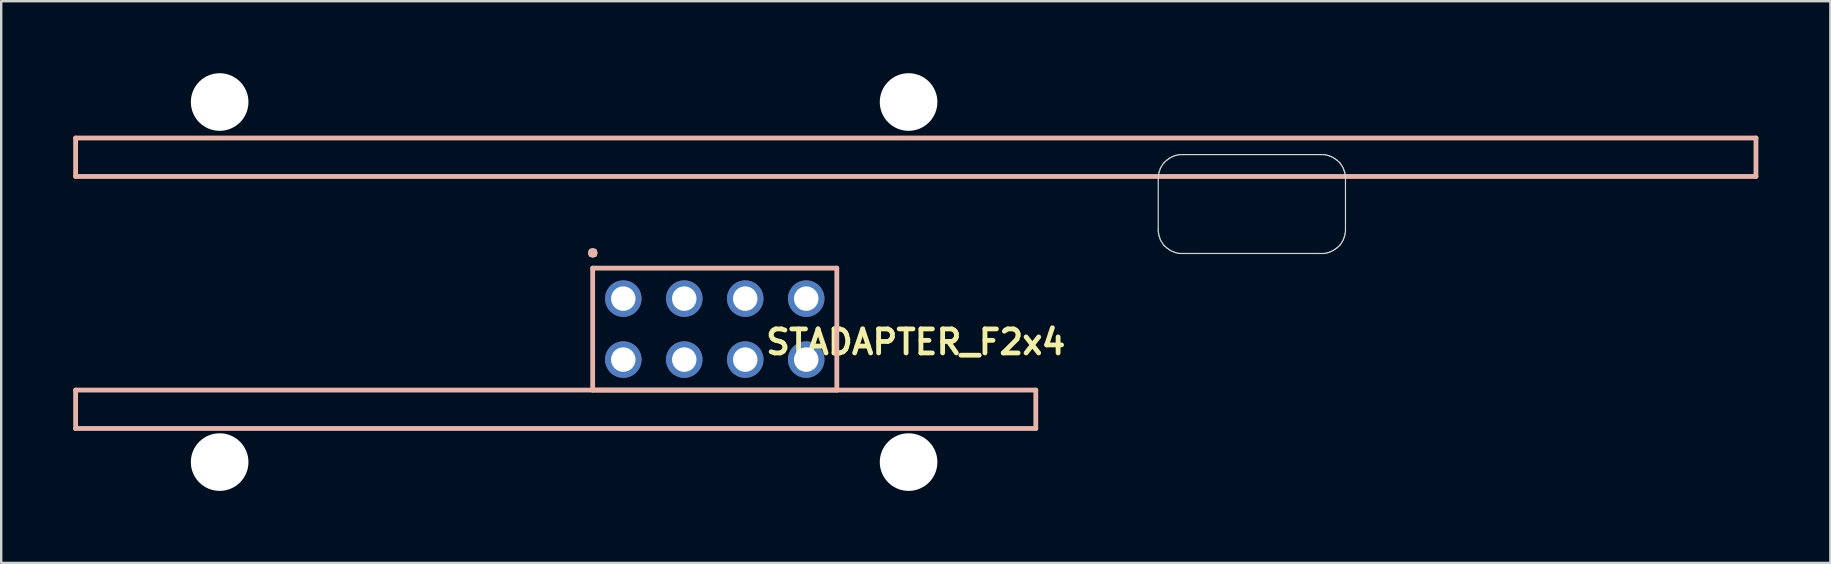
<source format=kicad_pcb>
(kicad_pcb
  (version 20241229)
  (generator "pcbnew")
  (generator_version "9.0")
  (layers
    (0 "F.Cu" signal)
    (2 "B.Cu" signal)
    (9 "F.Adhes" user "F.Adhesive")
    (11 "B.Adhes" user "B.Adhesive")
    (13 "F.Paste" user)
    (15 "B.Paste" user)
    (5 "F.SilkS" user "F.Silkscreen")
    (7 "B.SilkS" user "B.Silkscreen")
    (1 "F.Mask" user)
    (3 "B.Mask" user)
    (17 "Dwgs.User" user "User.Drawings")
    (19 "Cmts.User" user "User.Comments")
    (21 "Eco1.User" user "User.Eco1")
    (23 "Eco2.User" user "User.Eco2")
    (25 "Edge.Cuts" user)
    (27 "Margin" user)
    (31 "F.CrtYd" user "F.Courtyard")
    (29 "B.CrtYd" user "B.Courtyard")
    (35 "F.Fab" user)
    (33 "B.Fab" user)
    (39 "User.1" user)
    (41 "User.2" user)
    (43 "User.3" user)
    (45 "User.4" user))
  (footprint "STADAPTER_F2x4"
    (layer "F.Cu")
    (at 35.1 13.2)
    (property "Reference" "STADAPTER_F2x4" (at 0 -2 0) (layer "F.SilkS") (effects (font (size 1 1) (thickness 0.2))))
    (attr through_hole)
    (fp_line (start -35 -10.5) (end -35 -8.9) (stroke (width 0.2) (type solid)) (layer "B.SilkS"))
    (fp_line (start -35 -8.9) (end 35 -8.9) (stroke (width 0.2) (type solid)) (layer "B.SilkS"))
    (fp_line (start -35 0) (end -35 1.6) (stroke (width 0.2) (type solid)) (layer "B.SilkS"))
    (fp_line (start -35 1.6) (end 5 1.6) (stroke (width 0.2) (type solid)) (layer "B.SilkS"))
    (fp_line (start -13.55 -5.71) (end -13.53 -5.64) (stroke (width 0.2) (type solid)) (layer "B.SilkS"))
    (fp_line (start -13.53 -5.79) (end -13.55 -5.71) (stroke (width 0.2) (type solid)) (layer "B.SilkS"))
    (fp_line (start -13.53 -5.64) (end -13.46 -5.62) (stroke (width 0.2) (type solid)) (layer "B.SilkS"))
    (fp_line (start -13.46 -5.81) (end -13.53 -5.79) (stroke (width 0.2) (type solid)) (layer "B.SilkS"))
    (fp_line (start -13.46 -5.62) (end -13.38 -5.64) (stroke (width 0.2) (type solid)) (layer "B.SilkS"))
    (fp_line (start -13.46 -5.08) (end -13.46 0) (stroke (width 0.2) (type solid)) (layer "B.SilkS"))
    (fp_line (start -13.46 0) (end -3.29 0) (stroke (width 0.2) (type solid)) (layer "B.SilkS"))
    (fp_line (start -13.38 -5.79) (end -13.46 -5.81) (stroke (width 0.2) (type solid)) (layer "B.SilkS"))
    (fp_line (start -13.38 -5.64) (end -13.36 -5.71) (stroke (width 0.2) (type solid)) (layer "B.SilkS"))
    (fp_line (start -13.36 -5.71) (end -13.38 -5.79) (stroke (width 0.2) (type solid)) (layer "B.SilkS"))
    (fp_line (start -3.29 -5.08) (end -13.46 -5.08) (stroke (width 0.2) (type solid)) (layer "B.SilkS"))
    (fp_line (start -3.29 0) (end -3.29 -5.08) (stroke (width 0.2) (type solid)) (layer "B.SilkS"))
    (fp_line (start 5 0) (end -35 0) (stroke (width 0.2) (type solid)) (layer "B.SilkS"))
    (fp_line (start 5 1.6) (end 5 0) (stroke (width 0.2) (type solid)) (layer "B.SilkS"))
    (fp_line (start 35 -10.5) (end -35 -10.5) (stroke (width 0.2) (type solid)) (layer "B.SilkS"))
    (fp_line (start 35 -8.9) (end 35 -10.5) (stroke (width 0.2) (type solid)) (layer "B.SilkS"))
    (fp_line (start 10.1 -8.9) (end 10.1 -8.81) (stroke (width 0.05) (type solid)) (layer "Edge.Cuts"))
    (fp_line (start 10.1 -8.81) (end 10.1 -6.69) (stroke (width 0.05) (type solid)) (layer "Edge.Cuts"))
    (fp_line (start 10.1 -6.69) (end 10.1 -6.6) (stroke (width 0.05) (type solid)) (layer "Edge.Cuts"))
    (fp_line (start 10.1 -6.6) (end 10.12 -6.51) (stroke (width 0.05) (type solid)) (layer "Edge.Cuts"))
    (fp_line (start 10.12 -8.99) (end 10.1 -8.9) (stroke (width 0.05) (type solid)) (layer "Edge.Cuts"))
    (fp_line (start 10.12 -6.51) (end 10.13 -6.43) (stroke (width 0.05) (type solid)) (layer "Edge.Cuts"))
    (fp_line (start 10.13 -9.07) (end 10.12 -8.99) (stroke (width 0.05) (type solid)) (layer "Edge.Cuts"))
    (fp_line (start 10.13 -6.43) (end 10.16 -6.35) (stroke (width 0.05) (type solid)) (layer "Edge.Cuts"))
    (fp_line (start 10.16 -9.15) (end 10.13 -9.07) (stroke (width 0.05) (type solid)) (layer "Edge.Cuts"))
    (fp_line (start 10.16 -6.35) (end 10.19 -6.26) (stroke (width 0.05) (type solid)) (layer "Edge.Cuts"))
    (fp_line (start 10.19 -9.24) (end 10.16 -9.15) (stroke (width 0.05) (type solid)) (layer "Edge.Cuts"))
    (fp_line (start 10.19 -6.26) (end 10.23 -6.19) (stroke (width 0.05) (type solid)) (layer "Edge.Cuts"))
    (fp_line (start 10.23 -9.31) (end 10.19 -9.24) (stroke (width 0.05) (type solid)) (layer "Edge.Cuts"))
    (fp_line (start 10.23 -6.19) (end 10.28 -6.11) (stroke (width 0.05) (type solid)) (layer "Edge.Cuts"))
    (fp_line (start 10.28 -9.39) (end 10.23 -9.31) (stroke (width 0.05) (type solid)) (layer "Edge.Cuts"))
    (fp_line (start 10.28 -6.11) (end 10.33 -6.04) (stroke (width 0.05) (type solid)) (layer "Edge.Cuts"))
    (fp_line (start 10.33 -9.46) (end 10.28 -9.39) (stroke (width 0.05) (type solid)) (layer "Edge.Cuts"))
    (fp_line (start 10.33 -6.04) (end 10.39 -5.98) (stroke (width 0.05) (type solid)) (layer "Edge.Cuts"))
    (fp_line (start 10.39 -9.52) (end 10.33 -9.46) (stroke (width 0.05) (type solid)) (layer "Edge.Cuts"))
    (fp_line (start 10.39 -5.98) (end 10.46 -5.92) (stroke (width 0.05) (type solid)) (layer "Edge.Cuts"))
    (fp_line (start 10.46 -9.58) (end 10.39 -9.52) (stroke (width 0.05) (type solid)) (layer "Edge.Cuts"))
    (fp_line (start 10.46 -5.92) (end 10.53 -5.87) (stroke (width 0.05) (type solid)) (layer "Edge.Cuts"))
    (fp_line (start 10.53 -9.63) (end 10.46 -9.58) (stroke (width 0.05) (type solid)) (layer "Edge.Cuts"))
    (fp_line (start 10.53 -5.87) (end 10.6 -5.82) (stroke (width 0.05) (type solid)) (layer "Edge.Cuts"))
    (fp_line (start 10.6 -9.68) (end 10.53 -9.63) (stroke (width 0.05) (type solid)) (layer "Edge.Cuts"))
    (fp_line (start 10.6 -5.82) (end 10.68 -5.78) (stroke (width 0.05) (type solid)) (layer "Edge.Cuts"))
    (fp_line (start 10.68 -9.72) (end 10.6 -9.68) (stroke (width 0.05) (type solid)) (layer "Edge.Cuts"))
    (fp_line (start 10.68 -5.78) (end 10.76 -5.75) (stroke (width 0.05) (type solid)) (layer "Edge.Cuts"))
    (fp_line (start 10.76 -9.75) (end 10.68 -9.72) (stroke (width 0.05) (type solid)) (layer "Edge.Cuts"))
    (fp_line (start 10.76 -5.75) (end 10.84 -5.72) (stroke (width 0.05) (type solid)) (layer "Edge.Cuts"))
    (fp_line (start 10.84 -9.78) (end 10.76 -9.75) (stroke (width 0.05) (type solid)) (layer "Edge.Cuts"))
    (fp_line (start 10.84 -5.72) (end 10.93 -5.7) (stroke (width 0.05) (type solid)) (layer "Edge.Cuts"))
    (fp_line (start 10.93 -9.8) (end 10.84 -9.78) (stroke (width 0.05) (type solid)) (layer "Edge.Cuts"))
    (fp_line (start 10.93 -5.7) (end 11.01 -5.69) (stroke (width 0.05) (type solid)) (layer "Edge.Cuts"))
    (fp_line (start 11.01 -9.81) (end 10.93 -9.8) (stroke (width 0.05) (type solid)) (layer "Edge.Cuts"))
    (fp_line (start 11.01 -5.69) (end 11.1 -5.69) (stroke (width 0.05) (type solid)) (layer "Edge.Cuts"))
    (fp_line (start 11.1 -9.81) (end 11.01 -9.81) (stroke (width 0.05) (type solid)) (layer "Edge.Cuts"))
    (fp_line (start 11.1 -5.69) (end 16.9 -5.69) (stroke (width 0.05) (type solid)) (layer "Edge.Cuts"))
    (fp_line (start 16.9 -9.81) (end 11.1 -9.81) (stroke (width 0.05) (type solid)) (layer "Edge.Cuts"))
    (fp_line (start 16.9 -5.69) (end 16.99 -5.69) (stroke (width 0.05) (type solid)) (layer "Edge.Cuts"))
    (fp_line (start 16.99 -9.81) (end 16.9 -9.81) (stroke (width 0.05) (type solid)) (layer "Edge.Cuts"))
    (fp_line (start 16.99 -5.69) (end 17.07 -5.7) (stroke (width 0.05) (type solid)) (layer "Edge.Cuts"))
    (fp_line (start 17.07 -9.8) (end 16.99 -9.81) (stroke (width 0.05) (type solid)) (layer "Edge.Cuts"))
    (fp_line (start 17.07 -5.7) (end 17.16 -5.72) (stroke (width 0.05) (type solid)) (layer "Edge.Cuts"))
    (fp_line (start 17.16 -9.78) (end 17.07 -9.8) (stroke (width 0.05) (type solid)) (layer "Edge.Cuts"))
    (fp_line (start 17.16 -5.72) (end 17.24 -5.75) (stroke (width 0.05) (type solid)) (layer "Edge.Cuts"))
    (fp_line (start 17.24 -9.75) (end 17.16 -9.78) (stroke (width 0.05) (type solid)) (layer "Edge.Cuts"))
    (fp_line (start 17.24 -5.75) (end 17.32 -5.78) (stroke (width 0.05) (type solid)) (layer "Edge.Cuts"))
    (fp_line (start 17.32 -9.72) (end 17.24 -9.75) (stroke (width 0.05) (type solid)) (layer "Edge.Cuts"))
    (fp_line (start 17.32 -5.78) (end 17.4 -5.82) (stroke (width 0.05) (type solid)) (layer "Edge.Cuts"))
    (fp_line (start 17.4 -9.68) (end 17.32 -9.72) (stroke (width 0.05) (type solid)) (layer "Edge.Cuts"))
    (fp_line (start 17.4 -5.82) (end 17.47 -5.87) (stroke (width 0.05) (type solid)) (layer "Edge.Cuts"))
    (fp_line (start 17.47 -9.63) (end 17.4 -9.68) (stroke (width 0.05) (type solid)) (layer "Edge.Cuts"))
    (fp_line (start 17.47 -5.87) (end 17.54 -5.92) (stroke (width 0.05) (type solid)) (layer "Edge.Cuts"))
    (fp_line (start 17.54 -9.58) (end 17.47 -9.63) (stroke (width 0.05) (type solid)) (layer "Edge.Cuts"))
    (fp_line (start 17.54 -5.92) (end 17.61 -5.98) (stroke (width 0.05) (type solid)) (layer "Edge.Cuts"))
    (fp_line (start 17.61 -9.52) (end 17.54 -9.58) (stroke (width 0.05) (type solid)) (layer "Edge.Cuts"))
    (fp_line (start 17.61 -5.98) (end 17.67 -6.04) (stroke (width 0.05) (type solid)) (layer "Edge.Cuts"))
    (fp_line (start 17.67 -9.46) (end 17.61 -9.52) (stroke (width 0.05) (type solid)) (layer "Edge.Cuts"))
    (fp_line (start 17.67 -6.04) (end 17.72 -6.11) (stroke (width 0.05) (type solid)) (layer "Edge.Cuts"))
    (fp_line (start 17.72 -9.39) (end 17.67 -9.46) (stroke (width 0.05) (type solid)) (layer "Edge.Cuts"))
    (fp_line (start 17.72 -6.11) (end 17.77 -6.19) (stroke (width 0.05) (type solid)) (layer "Edge.Cuts"))
    (fp_line (start 17.77 -9.31) (end 17.72 -9.39) (stroke (width 0.05) (type solid)) (layer "Edge.Cuts"))
    (fp_line (start 17.77 -6.19) (end 17.81 -6.26) (stroke (width 0.05) (type solid)) (layer "Edge.Cuts"))
    (fp_line (start 17.81 -9.24) (end 17.77 -9.31) (stroke (width 0.05) (type solid)) (layer "Edge.Cuts"))
    (fp_line (start 17.81 -6.26) (end 17.84 -6.35) (stroke (width 0.05) (type solid)) (layer "Edge.Cuts"))
    (fp_line (start 17.84 -9.15) (end 17.81 -9.24) (stroke (width 0.05) (type solid)) (layer "Edge.Cuts"))
    (fp_line (start 17.84 -6.35) (end 17.87 -6.43) (stroke (width 0.05) (type solid)) (layer "Edge.Cuts"))
    (fp_line (start 17.87 -9.07) (end 17.84 -9.15) (stroke (width 0.05) (type solid)) (layer "Edge.Cuts"))
    (fp_line (start 17.87 -6.43) (end 17.88 -6.51) (stroke (width 0.05) (type solid)) (layer "Edge.Cuts"))
    (fp_line (start 17.88 -8.99) (end 17.87 -9.07) (stroke (width 0.05) (type solid)) (layer "Edge.Cuts"))
    (fp_line (start 17.88 -6.51) (end 17.9 -6.6) (stroke (width 0.05) (type solid)) (layer "Edge.Cuts"))
    (fp_line (start 17.9 -8.9) (end 17.88 -8.99) (stroke (width 0.05) (type solid)) (layer "Edge.Cuts"))
    (fp_line (start 17.9 -8.81) (end 17.9 -8.9) (stroke (width 0.05) (type solid)) (layer "Edge.Cuts"))
    (fp_line (start 17.9 -6.69) (end 17.9 -8.81) (stroke (width 0.05) (type solid)) (layer "Edge.Cuts"))
    (fp_line (start 17.9 -6.6) (end 17.9 -6.69) (stroke (width 0.05) (type solid)) (layer "Edge.Cuts"))
    (pad "" np_thru_hole circle (at -29 -12) (size 2.4 2.4) (drill 2.4) (layers "*.Cu" "*.Mask"))
    (pad "" np_thru_hole circle (at -29 3) (size 2.4 2.4) (drill 2.4) (layers "*.Cu" "*.Mask"))
    (pad "" np_thru_hole circle (at -0.3 -12) (size 2.4 2.4) (drill 2.4) (layers "*.Cu" "*.Mask"))
    (pad "" np_thru_hole circle (at -0.3 3) (size 2.4 2.4) (drill 2.4) (layers "*.Cu" "*.Mask"))
    (pad "3" thru_hole circle (at -12.185 -1.27) (size 1.52 1.52) (drill 1.02) (layers "*.Cu" "*.Mask"))
    (pad "4" thru_hole circle (at -9.645 -1.27) (size 1.52 1.52) (drill 1.02) (layers "*.Cu" "*.Mask"))
    (pad "5" thru_hole circle (at -7.105 -1.27) (size 1.52 1.52) (drill 1.02) (layers "*.Cu" "*.Mask"))
    (pad "6" thru_hole circle (at -4.565 -1.27) (size 1.52 1.52) (drill 1.02) (layers "*.Cu" "*.Mask"))
    (pad "7" thru_hole circle (at -12.185 -3.81) (size 1.52 1.52) (drill 1.02) (layers "*.Cu" "*.Mask"))
    (pad "8" thru_hole circle (at -9.645 -3.81) (size 1.52 1.52) (drill 1.02) (layers "*.Cu" "*.Mask"))
    (pad "9" thru_hole circle (at -7.105 -3.81) (size 1.52 1.52) (drill 1.02) (layers "*.Cu" "*.Mask"))
    (pad "10" thru_hole circle (at -4.565 -3.81) (size 1.52 1.52) (drill 1.02) (layers "*.Cu" "*.Mask")))
  (gr_rect
    (start -3 -3)
    (end 73.2 20.4)
    (stroke (width 0.1) (type default))
    (fill no)
    (layer "Edge.Cuts")))
</source>
